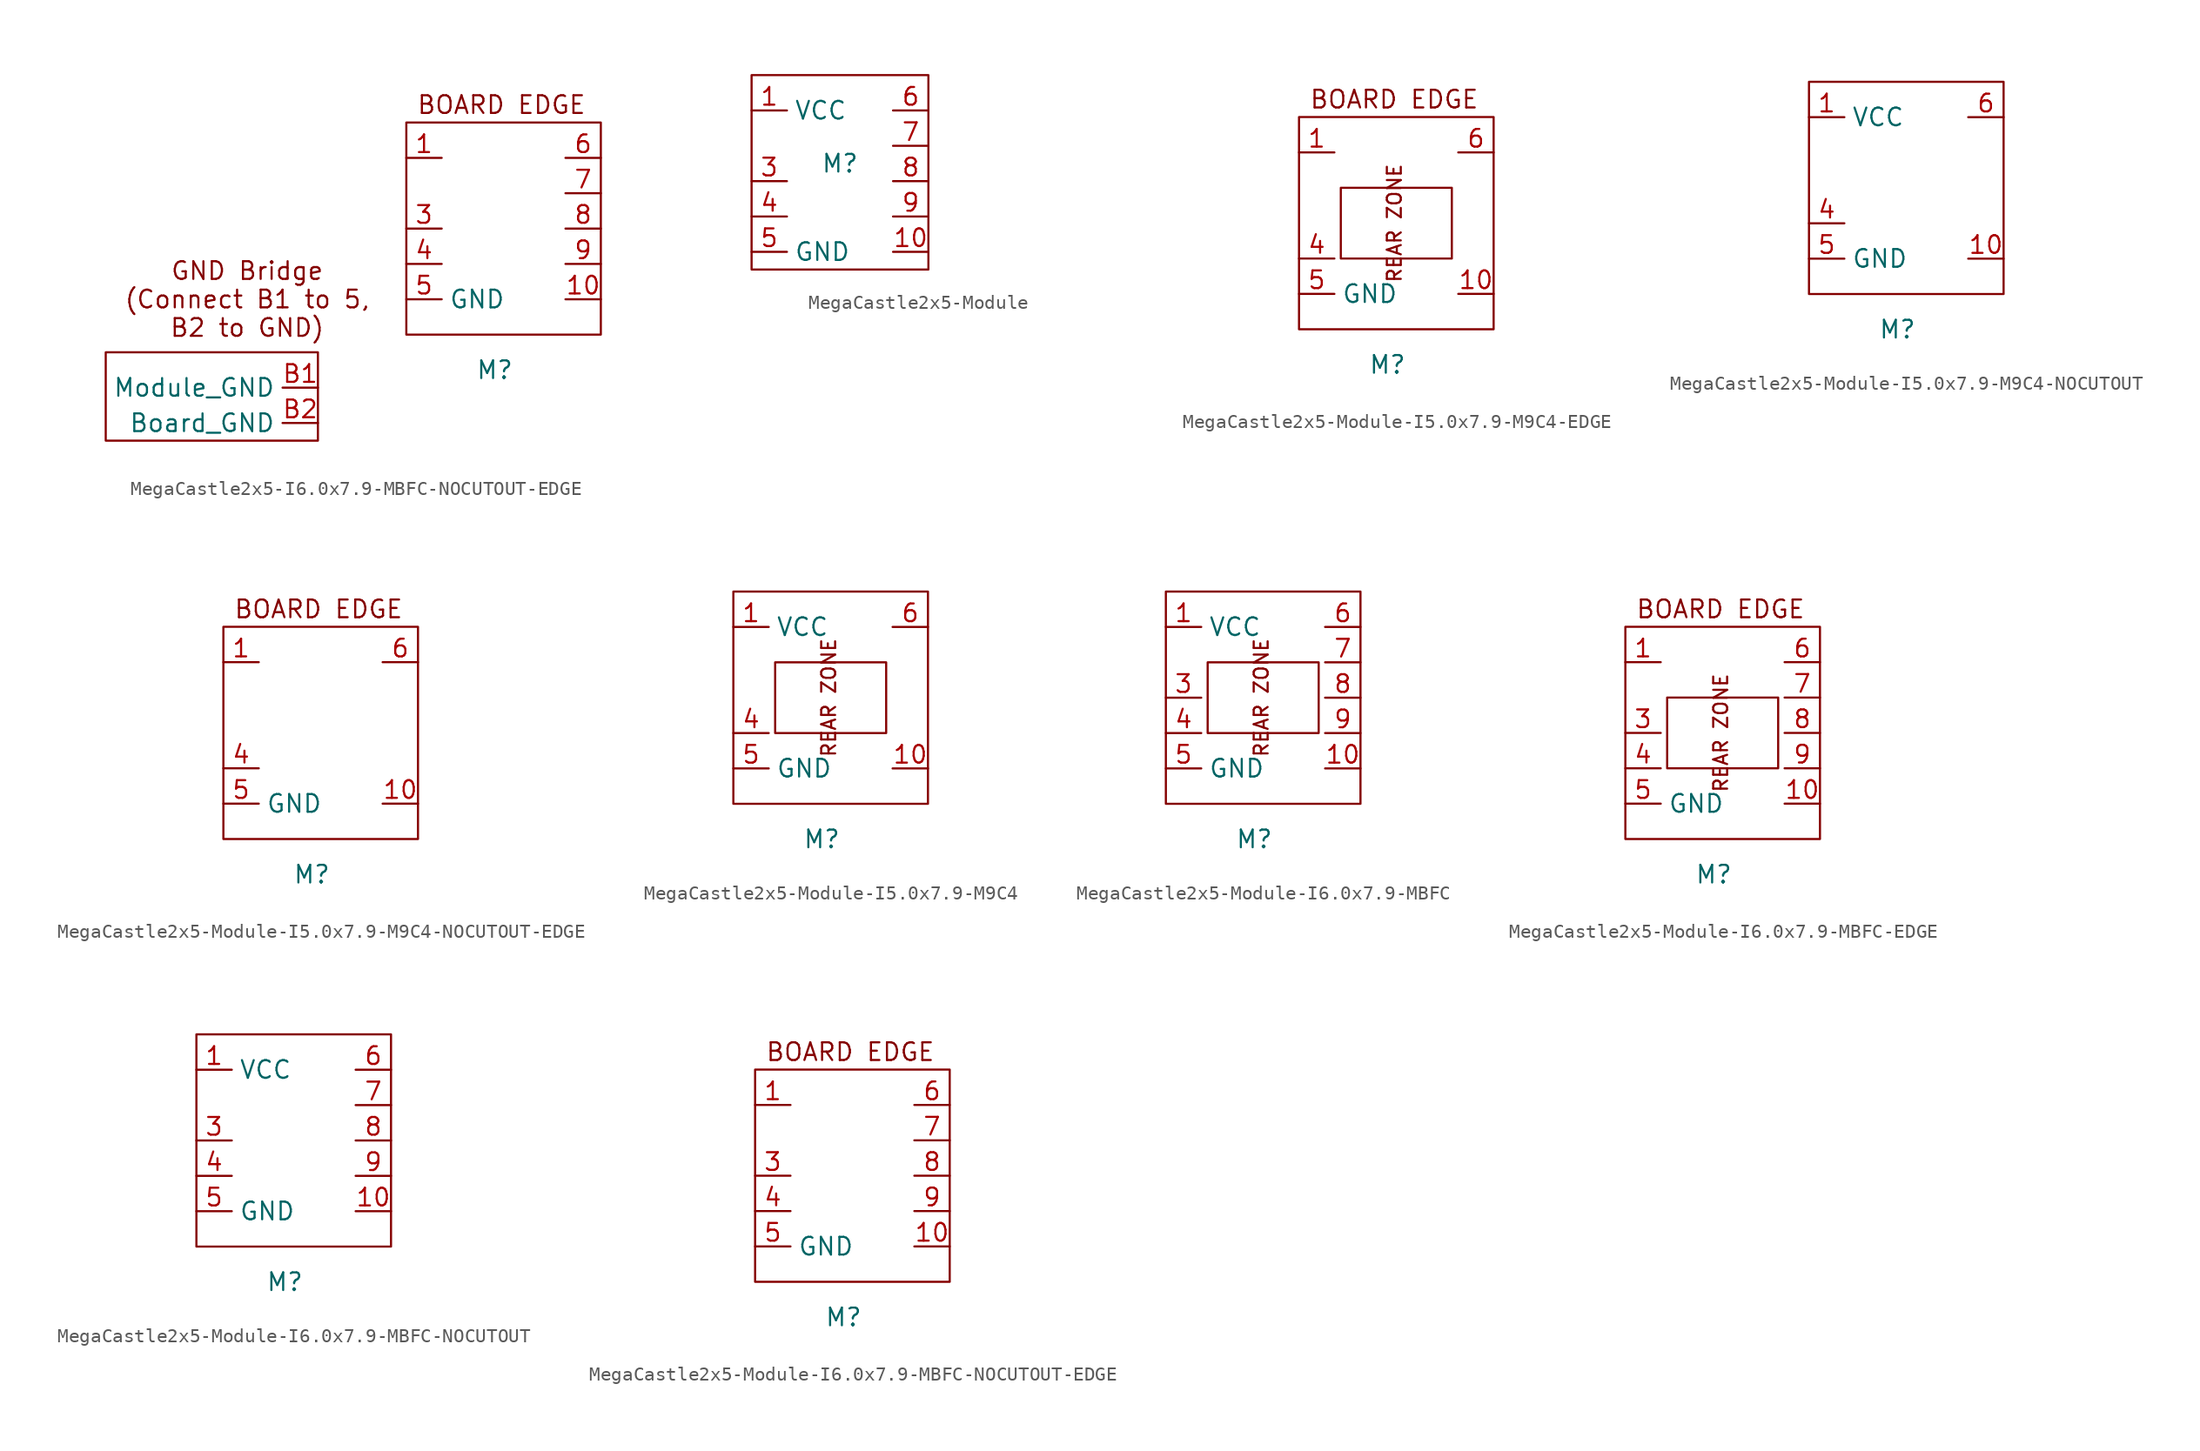
<source format=kicad_sym>
(kicad_symbol_lib
  (version 20231120)
  (generator "kicad_symbol_editor")
  (generator_version "8.0")
  (symbol "MegaCastle2x5-I6.0x7.9-MBFC-NOCUTOUT-EDGE"
    (property "Reference" "M"
      (at 0 -10.16 0)
      (effects (font (size 1.27 1.27))))
    (property "Value" ""
      (at 0 5.08 0)
      (effects (font (size 1.27 1.27))))
    (symbol "MegaCastle2x5-I6.0x7.9-MBFC-NOCUTOUT-EDGE_0_1"
      (rectangle (start -27.94 -8.89) (end -12.7 -15.24) (stroke (width 0) (type default)) (fill (type none)))
      (rectangle (start -6.35 7.62) (end 7.62 -7.62) (stroke (width 0) (type default)) (fill (type none))))
    (symbol "MegaCastle2x5-I6.0x7.9-MBFC-NOCUTOUT-EDGE_1_1"
      (text " BOARD EDGE" (at 0 8.89 0) (effects (font (size 1.27 1.27))))
      (text "GND Bridge\n(Connect B1 to 5,\nB2 to GND)" (at -17.78 -5.08 0) (effects (font (size 1.27 1.27))))
      (pin bidirectional line (at -6.35 5.08 0) (length 2.54) (name "" (effects (font (size 1.27 1.27)))) (number "1" (effects (font (size 1.27 1.27)))))
      (pin bidirectional line (at 7.62 -5.08 180) (length 2.54) (name "" (effects (font (size 1.27 1.27)))) (number "10" (effects (font (size 1.27 1.27)))))
      (pin bidirectional line (at -6.35 0 0) (length 2.54) (name "" (effects (font (size 1.27 1.27)))) (number "3" (effects (font (size 1.27 1.27)))))
      (pin bidirectional line (at -6.35 -2.54 0) (length 2.54) (name "" (effects (font (size 1.27 1.27)))) (number "4" (effects (font (size 1.27 1.27)))))
      (pin bidirectional line (at -6.35 -5.08 0) (length 2.54) (name "GND" (effects (font (size 1.27 1.27)))) (number "5" (effects (font (size 1.27 1.27)))))
      (pin bidirectional line (at 7.62 5.08 180) (length 2.54) (name "" (effects (font (size 1.27 1.27)))) (number "6" (effects (font (size 1.27 1.27)))))
      (pin bidirectional line (at 7.62 2.54 180) (length 2.54) (name "" (effects (font (size 1.27 1.27)))) (number "7" (effects (font (size 1.27 1.27)))))
      (pin bidirectional line (at 7.62 0 180) (length 2.54) (name "" (effects (font (size 1.27 1.27)))) (number "8" (effects (font (size 1.27 1.27)))))
      (pin bidirectional line (at 7.62 -2.54 180) (length 2.54) (name "" (effects (font (size 1.27 1.27)))) (number "9" (effects (font (size 1.27 1.27)))))
      (pin bidirectional line (at -12.7 -11.43 180) (length 2.54) (name "Module_GND" (effects (font (size 1.27 1.27)))) (number "B1" (effects (font (size 1.27 1.27)))))
      (pin bidirectional line (at -12.7 -13.97 180) (length 2.54) (name "Board_GND" (effects (font (size 1.27 1.27)))) (number "B2" (effects (font (size 1.27 1.27)))))))
  (symbol "MegaCastle2x5-Module"
    (property "Reference" "M"
      (at 0 0 0)
      (effects (font (size 1.27 1.27))))
    (property "Value" ""
      (at 17.78 0 0)
      (effects (font (size 1.27 1.27))))
    (symbol "MegaCastle2x5-Module_0_1"
      (rectangle (start -6.35 6.35) (end 6.35 -7.62) (stroke (width 0) (type default)) (fill (type none))))
    (symbol "MegaCastle2x5-Module_1_1"
      (pin bidirectional line (at -6.35 3.81 0) (length 2.54) (name "VCC" (effects (font (size 1.27 1.27)))) (number "1" (effects (font (size 1.27 1.27)))))
      (pin bidirectional line (at 6.35 -6.35 180) (length 2.54) (name "" (effects (font (size 1.27 1.27)))) (number "10" (effects (font (size 1.27 1.27)))))
      (pin bidirectional line (at -6.35 -1.27 0) (length 2.54) (name "" (effects (font (size 1.27 1.27)))) (number "3" (effects (font (size 1.27 1.27)))))
      (pin bidirectional line (at -6.35 -3.81 0) (length 2.54) (name "" (effects (font (size 1.27 1.27)))) (number "4" (effects (font (size 1.27 1.27)))))
      (pin bidirectional line (at -6.35 -6.35 0) (length 2.54) (name "GND" (effects (font (size 1.27 1.27)))) (number "5" (effects (font (size 1.27 1.27)))))
      (pin bidirectional line (at 6.35 3.81 180) (length 2.54) (name "" (effects (font (size 1.27 1.27)))) (number "6" (effects (font (size 1.27 1.27)))))
      (pin bidirectional line (at 6.35 1.27 180) (length 2.54) (name "" (effects (font (size 1.27 1.27)))) (number "7" (effects (font (size 1.27 1.27)))))
      (pin bidirectional line (at 6.35 -1.27 180) (length 2.54) (name "" (effects (font (size 1.27 1.27)))) (number "8" (effects (font (size 1.27 1.27)))))
      (pin bidirectional line (at 6.35 -3.81 180) (length 2.54) (name "" (effects (font (size 1.27 1.27)))) (number "9" (effects (font (size 1.27 1.27)))))))
  (symbol "MegaCastle2x5-Module-I5.0x7.9-M9C4-EDGE"
    (property "Reference" "M"
      (at 0 -10.16 0)
      (effects (font (size 1.27 1.27))))
    (property "Value" ""
      (at 0 5.08 0)
      (effects (font (size 1.27 1.27))))
    (symbol "MegaCastle2x5-Module-I5.0x7.9-M9C4-EDGE_0_1"
      (rectangle (start -6.35 7.62) (end 7.62 -7.62) (stroke (width 0) (type default)) (fill (type none)))
      (rectangle (start -3.35 2.54) (end 4.62 -2.54) (stroke (width 0) (type default)) (fill (type none))))
    (symbol "MegaCastle2x5-Module-I5.0x7.9-M9C4-EDGE_1_1"
      (text " BOARD EDGE" (at 0 8.89 0) (effects (font (size 1.27 1.27))))
      (text "REAR ZONE" (at 0.5 0 900) (effects (font (size 1 1))))
      (pin bidirectional line (at -6.35 5.08 0) (length 2.54) (name "" (effects (font (size 1.27 1.27)))) (number "1" (effects (font (size 1.27 1.27)))))
      (pin bidirectional line (at 7.62 -5.08 180) (length 2.54) (name "" (effects (font (size 1.27 1.27)))) (number "10" (effects (font (size 1.27 1.27)))))
      (pin bidirectional line (at -6.35 -2.54 0) (length 2.54) (name "" (effects (font (size 1.27 1.27)))) (number "4" (effects (font (size 1.27 1.27)))))
      (pin bidirectional line (at -6.35 -5.08 0) (length 2.54) (name "GND" (effects (font (size 1.27 1.27)))) (number "5" (effects (font (size 1.27 1.27)))))
      (pin bidirectional line (at 7.62 5.08 180) (length 2.54) (name "" (effects (font (size 1.27 1.27)))) (number "6" (effects (font (size 1.27 1.27)))))))
  (symbol "MegaCastle2x5-Module-I5.0x7.9-M9C4-NOCUTOUT"
    (property "Reference" "M"
      (at 0 -10.16 0)
      (effects (font (size 1.27 1.27))))
    (property "Value" ""
      (at 0 5.08 0)
      (effects (font (size 1.27 1.27))))
    (symbol "MegaCastle2x5-Module-I5.0x7.9-M9C4-NOCUTOUT_0_1"
      (rectangle (start -6.35 7.62) (end 7.62 -7.62) (stroke (width 0) (type default)) (fill (type none))))
    (symbol "MegaCastle2x5-Module-I5.0x7.9-M9C4-NOCUTOUT_1_1"
      (pin bidirectional line (at -6.35 5.08 0) (length 2.54) (name "VCC" (effects (font (size 1.27 1.27)))) (number "1" (effects (font (size 1.27 1.27)))))
      (pin bidirectional line (at 7.62 -5.08 180) (length 2.54) (name "" (effects (font (size 1.27 1.27)))) (number "10" (effects (font (size 1.27 1.27)))))
      (pin bidirectional line (at -6.35 -2.54 0) (length 2.54) (name "" (effects (font (size 1.27 1.27)))) (number "4" (effects (font (size 1.27 1.27)))))
      (pin bidirectional line (at -6.35 -5.08 0) (length 2.54) (name "GND" (effects (font (size 1.27 1.27)))) (number "5" (effects (font (size 1.27 1.27)))))
      (pin bidirectional line (at 7.62 5.08 180) (length 2.54) (name "" (effects (font (size 1.27 1.27)))) (number "6" (effects (font (size 1.27 1.27)))))))
  (symbol "MegaCastle2x5-Module-I5.0x7.9-M9C4-NOCUTOUT-EDGE"
    (property "Reference" "M"
      (at 0 -10.16 0)
      (effects (font (size 1.27 1.27))))
    (property "Value" ""
      (at 0 5.08 0)
      (effects (font (size 1.27 1.27))))
    (symbol "MegaCastle2x5-Module-I5.0x7.9-M9C4-NOCUTOUT-EDGE_0_1"
      (rectangle (start -6.35 7.62) (end 7.62 -7.62) (stroke (width 0) (type default)) (fill (type none))))
    (symbol "MegaCastle2x5-Module-I5.0x7.9-M9C4-NOCUTOUT-EDGE_1_1"
      (text " BOARD EDGE" (at 0 8.89 0) (effects (font (size 1.27 1.27))))
      (pin bidirectional line (at -6.35 5.08 0) (length 2.54) (name "" (effects (font (size 1.27 1.27)))) (number "1" (effects (font (size 1.27 1.27)))))
      (pin bidirectional line (at 7.62 -5.08 180) (length 2.54) (name "" (effects (font (size 1.27 1.27)))) (number "10" (effects (font (size 1.27 1.27)))))
      (pin bidirectional line (at -6.35 -2.54 0) (length 2.54) (name "" (effects (font (size 1.27 1.27)))) (number "4" (effects (font (size 1.27 1.27)))))
      (pin bidirectional line (at -6.35 -5.08 0) (length 2.54) (name "GND" (effects (font (size 1.27 1.27)))) (number "5" (effects (font (size 1.27 1.27)))))
      (pin bidirectional line (at 7.62 5.08 180) (length 2.54) (name "" (effects (font (size 1.27 1.27)))) (number "6" (effects (font (size 1.27 1.27)))))))
  (symbol "MegaCastle2x5-Module-I5.0x7.9-M9C4"
    (property "Reference" "M"
      (at 0 -10.16 0)
      (effects (font (size 1.27 1.27))))
    (property "Value" ""
      (at 0 5.08 0)
      (effects (font (size 1.27 1.27))))
    (symbol "MegaCastle2x5-Module-I5.0x7.9-M9C4_0_1"
      (rectangle (start -6.35 7.62) (end 7.62 -7.62) (stroke (width 0) (type default)) (fill (type none)))
      (rectangle (start -3.35 2.54) (end 4.62 -2.54) (stroke (width 0) (type default)) (fill (type none))))
    (symbol "MegaCastle2x5-Module-I5.0x7.9-M9C4_1_1"
      (text "REAR ZONE" (at 0.5 0 900) (effects (font (size 1 1))))
      (pin bidirectional line (at -6.35 5.08 0) (length 2.54) (name "VCC" (effects (font (size 1.27 1.27)))) (number "1" (effects (font (size 1.27 1.27)))))
      (pin bidirectional line (at 7.62 -5.08 180) (length 2.54) (name "" (effects (font (size 1.27 1.27)))) (number "10" (effects (font (size 1.27 1.27)))))
      (pin bidirectional line (at -6.35 -2.54 0) (length 2.54) (name "" (effects (font (size 1.27 1.27)))) (number "4" (effects (font (size 1.27 1.27)))))
      (pin bidirectional line (at -6.35 -5.08 0) (length 2.54) (name "GND" (effects (font (size 1.27 1.27)))) (number "5" (effects (font (size 1.27 1.27)))))
      (pin bidirectional line (at 7.62 5.08 180) (length 2.54) (name "" (effects (font (size 1.27 1.27)))) (number "6" (effects (font (size 1.27 1.27)))))))
  (symbol "MegaCastle2x5-Module-I6.0x7.9-MBFC"
    (property "Reference" "M"
      (at 0 -10.16 0)
      (effects (font (size 1.27 1.27))))
    (property "Value" ""
      (at 0 5.08 0)
      (effects (font (size 1.27 1.27))))
    (symbol "MegaCastle2x5-Module-I6.0x7.9-MBFC_0_1"
      (rectangle (start -6.35 7.62) (end 7.62 -7.62) (stroke (width 0) (type default)) (fill (type none)))
      (rectangle (start -3.35 2.54) (end 4.62 -2.54) (stroke (width 0) (type default)) (fill (type none))))
    (symbol "MegaCastle2x5-Module-I6.0x7.9-MBFC_1_1"
      (text "REAR ZONE" (at 0.5 0 900) (effects (font (size 1 1))))
      (pin bidirectional line (at -6.35 5.08 0) (length 2.54) (name "VCC" (effects (font (size 1.27 1.27)))) (number "1" (effects (font (size 1.27 1.27)))))
      (pin bidirectional line (at 7.62 -5.08 180) (length 2.54) (name "" (effects (font (size 1.27 1.27)))) (number "10" (effects (font (size 1.27 1.27)))))
      (pin bidirectional line (at -6.35 0 0) (length 2.54) (name "" (effects (font (size 1.27 1.27)))) (number "3" (effects (font (size 1.27 1.27)))))
      (pin bidirectional line (at -6.35 -2.54 0) (length 2.54) (name "" (effects (font (size 1.27 1.27)))) (number "4" (effects (font (size 1.27 1.27)))))
      (pin bidirectional line (at -6.35 -5.08 0) (length 2.54) (name "GND" (effects (font (size 1.27 1.27)))) (number "5" (effects (font (size 1.27 1.27)))))
      (pin bidirectional line (at 7.62 5.08 180) (length 2.54) (name "" (effects (font (size 1.27 1.27)))) (number "6" (effects (font (size 1.27 1.27)))))
      (pin bidirectional line (at 7.62 2.54 180) (length 2.54) (name "" (effects (font (size 1.27 1.27)))) (number "7" (effects (font (size 1.27 1.27)))))
      (pin bidirectional line (at 7.62 0 180) (length 2.54) (name "" (effects (font (size 1.27 1.27)))) (number "8" (effects (font (size 1.27 1.27)))))
      (pin bidirectional line (at 7.62 -2.54 180) (length 2.54) (name "" (effects (font (size 1.27 1.27)))) (number "9" (effects (font (size 1.27 1.27)))))))
  (symbol "MegaCastle2x5-Module-I6.0x7.9-MBFC-EDGE"
    (property "Reference" "M"
      (at 0 -10.16 0)
      (effects (font (size 1.27 1.27))))
    (property "Value" ""
      (at 0 5.08 0)
      (effects (font (size 1.27 1.27))))
    (symbol "MegaCastle2x5-Module-I6.0x7.9-MBFC-EDGE_0_1"
      (rectangle (start -6.35 7.62) (end 7.62 -7.62) (stroke (width 0) (type default)) (fill (type none)))
      (rectangle (start -3.35 2.54) (end 4.62 -2.54) (stroke (width 0) (type default)) (fill (type none))))
    (symbol "MegaCastle2x5-Module-I6.0x7.9-MBFC-EDGE_1_1"
      (text " BOARD EDGE" (at 0 8.89 0) (effects (font (size 1.27 1.27))))
      (text "REAR ZONE" (at 0.5 0 900) (effects (font (size 1 1))))
      (pin bidirectional line (at -6.35 5.08 0) (length 2.54) (name "" (effects (font (size 1.27 1.27)))) (number "1" (effects (font (size 1.27 1.27)))))
      (pin bidirectional line (at 7.62 -5.08 180) (length 2.54) (name "" (effects (font (size 1.27 1.27)))) (number "10" (effects (font (size 1.27 1.27)))))
      (pin bidirectional line (at -6.35 0 0) (length 2.54) (name "" (effects (font (size 1.27 1.27)))) (number "3" (effects (font (size 1.27 1.27)))))
      (pin bidirectional line (at -6.35 -2.54 0) (length 2.54) (name "" (effects (font (size 1.27 1.27)))) (number "4" (effects (font (size 1.27 1.27)))))
      (pin bidirectional line (at -6.35 -5.08 0) (length 2.54) (name "GND" (effects (font (size 1.27 1.27)))) (number "5" (effects (font (size 1.27 1.27)))))
      (pin bidirectional line (at 7.62 5.08 180) (length 2.54) (name "" (effects (font (size 1.27 1.27)))) (number "6" (effects (font (size 1.27 1.27)))))
      (pin bidirectional line (at 7.62 2.54 180) (length 2.54) (name "" (effects (font (size 1.27 1.27)))) (number "7" (effects (font (size 1.27 1.27)))))
      (pin bidirectional line (at 7.62 0 180) (length 2.54) (name "" (effects (font (size 1.27 1.27)))) (number "8" (effects (font (size 1.27 1.27)))))
      (pin bidirectional line (at 7.62 -2.54 180) (length 2.54) (name "" (effects (font (size 1.27 1.27)))) (number "9" (effects (font (size 1.27 1.27)))))))
  (symbol "MegaCastle2x5-Module-I6.0x7.9-MBFC-NOCUTOUT"
    (property "Reference" "M"
      (at 0 -10.16 0)
      (effects (font (size 1.27 1.27))))
    (property "Value" ""
      (at 0 5.08 0)
      (effects (font (size 1.27 1.27))))
    (symbol "MegaCastle2x5-Module-I6.0x7.9-MBFC-NOCUTOUT_0_1"
      (rectangle (start -6.35 7.62) (end 7.62 -7.62) (stroke (width 0) (type default)) (fill (type none))))
    (symbol "MegaCastle2x5-Module-I6.0x7.9-MBFC-NOCUTOUT_1_1"
      (pin bidirectional line (at -6.35 5.08 0) (length 2.54) (name "VCC" (effects (font (size 1.27 1.27)))) (number "1" (effects (font (size 1.27 1.27)))))
      (pin bidirectional line (at 7.62 -5.08 180) (length 2.54) (name "" (effects (font (size 1.27 1.27)))) (number "10" (effects (font (size 1.27 1.27)))))
      (pin bidirectional line (at -6.35 0 0) (length 2.54) (name "" (effects (font (size 1.27 1.27)))) (number "3" (effects (font (size 1.27 1.27)))))
      (pin bidirectional line (at -6.35 -2.54 0) (length 2.54) (name "" (effects (font (size 1.27 1.27)))) (number "4" (effects (font (size 1.27 1.27)))))
      (pin bidirectional line (at -6.35 -5.08 0) (length 2.54) (name "GND" (effects (font (size 1.27 1.27)))) (number "5" (effects (font (size 1.27 1.27)))))
      (pin bidirectional line (at 7.62 5.08 180) (length 2.54) (name "" (effects (font (size 1.27 1.27)))) (number "6" (effects (font (size 1.27 1.27)))))
      (pin bidirectional line (at 7.62 2.54 180) (length 2.54) (name "" (effects (font (size 1.27 1.27)))) (number "7" (effects (font (size 1.27 1.27)))))
      (pin bidirectional line (at 7.62 0 180) (length 2.54) (name "" (effects (font (size 1.27 1.27)))) (number "8" (effects (font (size 1.27 1.27)))))
      (pin bidirectional line (at 7.62 -2.54 180) (length 2.54) (name "" (effects (font (size 1.27 1.27)))) (number "9" (effects (font (size 1.27 1.27)))))))
  (symbol "MegaCastle2x5-Module-I6.0x7.9-MBFC-NOCUTOUT-EDGE"
    (property "Reference" "M"
      (at 0 -10.16 0)
      (effects (font (size 1.27 1.27))))
    (property "Value" ""
      (at 0 5.08 0)
      (effects (font (size 1.27 1.27))))
    (symbol "MegaCastle2x5-Module-I6.0x7.9-MBFC-NOCUTOUT-EDGE_0_1"
      (rectangle (start -6.35 7.62) (end 7.62 -7.62) (stroke (width 0) (type default)) (fill (type none))))
    (symbol "MegaCastle2x5-Module-I6.0x7.9-MBFC-NOCUTOUT-EDGE_1_1"
      (text " BOARD EDGE" (at 0 8.89 0) (effects (font (size 1.27 1.27))))
      (pin bidirectional line (at -6.35 5.08 0) (length 2.54) (name "" (effects (font (size 1.27 1.27)))) (number "1" (effects (font (size 1.27 1.27)))))
      (pin bidirectional line (at 7.62 -5.08 180) (length 2.54) (name "" (effects (font (size 1.27 1.27)))) (number "10" (effects (font (size 1.27 1.27)))))
      (pin bidirectional line (at -6.35 0 0) (length 2.54) (name "" (effects (font (size 1.27 1.27)))) (number "3" (effects (font (size 1.27 1.27)))))
      (pin bidirectional line (at -6.35 -2.54 0) (length 2.54) (name "" (effects (font (size 1.27 1.27)))) (number "4" (effects (font (size 1.27 1.27)))))
      (pin bidirectional line (at -6.35 -5.08 0) (length 2.54) (name "GND" (effects (font (size 1.27 1.27)))) (number "5" (effects (font (size 1.27 1.27)))))
      (pin bidirectional line (at 7.62 5.08 180) (length 2.54) (name "" (effects (font (size 1.27 1.27)))) (number "6" (effects (font (size 1.27 1.27)))))
      (pin bidirectional line (at 7.62 2.54 180) (length 2.54) (name "" (effects (font (size 1.27 1.27)))) (number "7" (effects (font (size 1.27 1.27)))))
      (pin bidirectional line (at 7.62 0 180) (length 2.54) (name "" (effects (font (size 1.27 1.27)))) (number "8" (effects (font (size 1.27 1.27)))))
      (pin bidirectional line (at 7.62 -2.54 180) (length 2.54) (name "" (effects (font (size 1.27 1.27)))) (number "9" (effects (font (size 1.27 1.27))))))))
</source>
